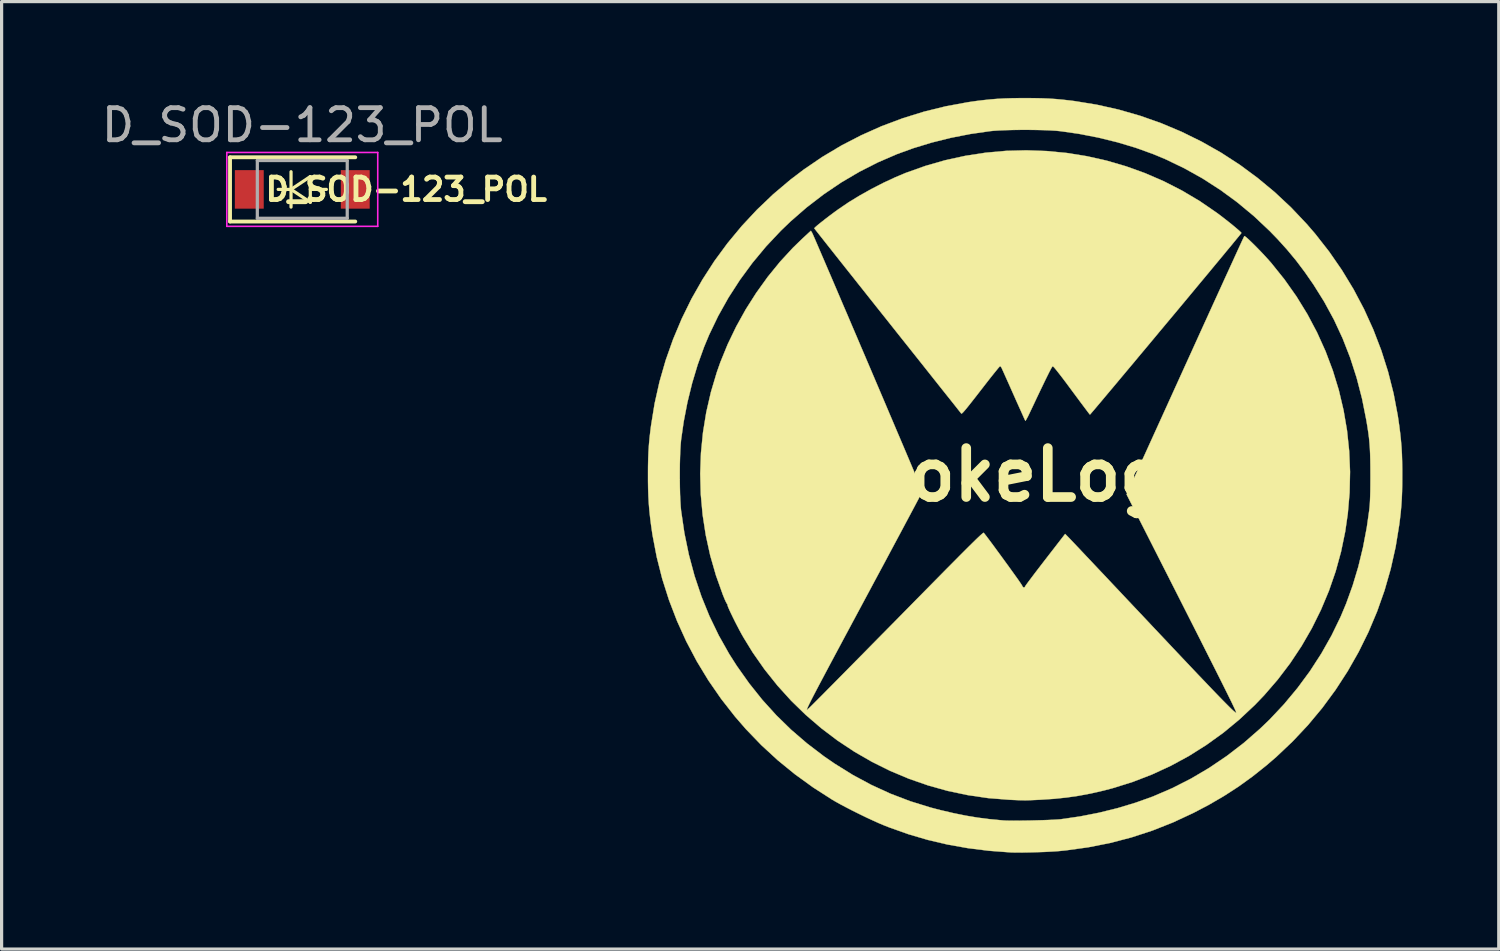
<source format=kicad_pcb>
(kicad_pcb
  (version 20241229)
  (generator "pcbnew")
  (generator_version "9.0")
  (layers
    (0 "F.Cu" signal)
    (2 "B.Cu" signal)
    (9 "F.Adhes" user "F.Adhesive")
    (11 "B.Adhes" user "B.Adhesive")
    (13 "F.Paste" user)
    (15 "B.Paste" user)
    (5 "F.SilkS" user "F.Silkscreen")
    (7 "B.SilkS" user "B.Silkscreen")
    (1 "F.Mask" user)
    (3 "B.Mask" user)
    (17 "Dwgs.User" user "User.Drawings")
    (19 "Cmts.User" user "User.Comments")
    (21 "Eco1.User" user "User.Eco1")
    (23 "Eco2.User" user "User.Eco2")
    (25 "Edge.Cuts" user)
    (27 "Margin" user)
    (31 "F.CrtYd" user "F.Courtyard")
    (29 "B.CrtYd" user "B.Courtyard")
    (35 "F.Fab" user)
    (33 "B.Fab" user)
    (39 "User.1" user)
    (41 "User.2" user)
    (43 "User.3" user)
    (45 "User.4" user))
  (footprint "EvokeLogo"
    (layer "F.Cu")
    (at 28.672 11.738)
    (property "Reference" "EvokeLogo" (at 0 0 0) (layer "F.SilkS") (effects (font (size 1.524 1.524) (thickness 0.3))))
    (attr through_hole)
    (fp_poly (pts (xy 0.868 -10.085) (xy 1.496 -10.025) (xy 2.119 -9.925) (xy 2.734 -9.787) (xy 3.341 -9.61) (xy 3.936 -9.396) (xy 4.518 -9.144) (xy 5.085 -8.854) (xy 5.635 -8.528) (xy 6.166 -8.164) (xy 6.295 -8.068) (xy 6.41 -7.979) (xy 6.525 -7.889) (xy 6.635 -7.801) (xy 6.734 -7.719) (xy 6.819 -7.647) (xy 6.884 -7.589) (xy 6.925 -7.55) (xy 6.936 -7.533) (xy 6.922 -7.514) (xy 6.882 -7.464) (xy 6.819 -7.387) (xy 6.733 -7.283) (xy 6.628 -7.154) (xy 6.503 -7.004) (xy 6.362 -6.833) (xy 6.205 -6.644) (xy 6.035 -6.439) (xy 5.853 -6.22) (xy 5.66 -5.988) (xy 5.459 -5.746) (xy 5.251 -5.496) (xy 5.038 -5.24) (xy 4.821 -4.98) (xy 4.602 -4.718) (xy 4.383 -4.456) (xy 4.166 -4.195) (xy 3.952 -3.939) (xy 3.742 -3.688) (xy 3.54 -3.445) (xy 3.345 -3.213) (xy 3.16 -2.992) (xy 2.987 -2.785) (xy 2.827 -2.595) (xy 2.682 -2.422) (xy 2.554 -2.269) (xy 2.444 -2.139) (xy 2.354 -2.032) (xy 2.285 -1.952) (xy 2.24 -1.899) (xy 2.22 -1.877) (xy 2.219 -1.876) (xy 2.204 -1.895) (xy 2.166 -1.943) (xy 2.109 -2.019) (xy 2.034 -2.119) (xy 1.944 -2.238) (xy 1.843 -2.375) (xy 1.732 -2.524) (xy 1.649 -2.636) (xy 1.493 -2.847) (xy 1.361 -3.022) (xy 1.252 -3.163) (xy 1.168 -3.269) (xy 1.108 -3.341) (xy 1.071 -3.377) (xy 1.061 -3.382) (xy 1.051 -3.374) (xy 1.035 -3.352) (xy 1.011 -3.313) (xy 0.98 -3.254) (xy 0.939 -3.175) (xy 0.888 -3.072) (xy 0.825 -2.944) (xy 0.75 -2.788) (xy 0.66 -2.601) (xy 0.556 -2.383) (xy 0.437 -2.13) (xy 0.336 -1.918) (xy 0.292 -1.826) (xy 0.253 -1.753) (xy 0.224 -1.703) (xy 0.208 -1.685) (xy 0.206 -1.685) (xy 0.196 -1.708) (xy 0.169 -1.765) (xy 0.13 -1.853) (xy 0.079 -1.967) (xy 0.018 -2.102) (xy -0.051 -2.255) (xy -0.125 -2.422) (xy -0.154 -2.487) (xy -0.231 -2.66) (xy -0.303 -2.822) (xy -0.369 -2.969) (xy -0.427 -3.098) (xy -0.473 -3.202) (xy -0.508 -3.278) (xy -0.527 -3.322) (xy -0.53 -3.328) (xy -0.556 -3.369) (xy -0.58 -3.386) (xy -0.597 -3.369) (xy -0.638 -3.323) (xy -0.698 -3.249) (xy -0.777 -3.152) (xy -0.87 -3.035) (xy -0.975 -2.901) (xy -1.09 -2.753) (xy -1.184 -2.632) (xy -1.327 -2.447) (xy -1.447 -2.294) (xy -1.545 -2.17) (xy -1.623 -2.073) (xy -1.684 -2) (xy -1.729 -1.95) (xy -1.76 -1.92) (xy -1.779 -1.908) (xy -1.787 -1.91) (xy -1.803 -1.929) (xy -1.843 -1.98) (xy -1.907 -2.061) (xy -1.993 -2.17) (xy -2.1 -2.305) (xy -2.227 -2.464) (xy -2.372 -2.646) (xy -2.534 -2.85) (xy -2.711 -3.073) (xy -2.902 -3.314) (xy -3.106 -3.571) (xy -3.322 -3.842) (xy -3.547 -4.125) (xy -3.782 -4.42) (xy -4.023 -4.724) (xy -4.085 -4.802) (xy -4.328 -5.107) (xy -4.564 -5.404) (xy -4.791 -5.69) (xy -5.008 -5.963) (xy -5.214 -6.223) (xy -5.408 -6.467) (xy -5.588 -6.694) (xy -5.752 -6.901) (xy -5.9 -7.088) (xy -6.03 -7.252) (xy -6.141 -7.393) (xy -6.231 -7.507) (xy -6.299 -7.593) (xy -6.344 -7.651) (xy -6.364 -7.677) (xy -6.365 -7.679) (xy -6.351 -7.697) (xy -6.308 -7.737) (xy -6.24 -7.795) (xy -6.152 -7.866) (xy -6.049 -7.947) (xy -5.936 -8.034) (xy -5.818 -8.123) (xy -5.699 -8.211) (xy -5.607 -8.277) (xy -5.295 -8.489) (xy -4.951 -8.699) (xy -4.586 -8.903) (xy -4.212 -9.095) (xy -3.839 -9.269) (xy -3.514 -9.405) (xy -2.903 -9.622) (xy -2.284 -9.8) (xy -1.658 -9.936) (xy -1.028 -10.033) (xy -0.396 -10.09) (xy 0.237 -10.107) (xy 0.868 -10.085)) (stroke (width 0.01) (type solid)) (fill yes) (layer "F.SilkS"))
    (fp_poly (pts (xy 0.476 -11.732) (xy 0.72 -11.727) (xy 0.942 -11.718) (xy 1.155 -11.704) (xy 1.368 -11.684) (xy 1.593 -11.659) (xy 1.736 -11.641) (xy 2.43 -11.528) (xy 3.114 -11.375) (xy 3.784 -11.182) (xy 4.439 -10.951) (xy 5.078 -10.682) (xy 5.699 -10.376) (xy 6.301 -10.035) (xy 6.883 -9.658) (xy 7.441 -9.246) (xy 7.976 -8.802) (xy 8.486 -8.324) (xy 8.968 -7.815) (xy 9.233 -7.508) (xy 9.667 -6.954) (xy 10.065 -6.378) (xy 10.428 -5.78) (xy 10.754 -5.163) (xy 11.042 -4.528) (xy 11.292 -3.877) (xy 11.503 -3.212) (xy 11.675 -2.533) (xy 11.806 -1.843) (xy 11.851 -1.531) (xy 11.881 -1.293) (xy 11.904 -1.074) (xy 11.922 -0.863) (xy 11.934 -0.649) (xy 11.941 -0.422) (xy 11.945 -0.17) (xy 11.945 0.011) (xy 11.944 0.284) (xy 11.939 0.525) (xy 11.93 0.746) (xy 11.916 0.958) (xy 11.897 1.171) (xy 11.871 1.395) (xy 11.851 1.552) (xy 11.738 2.246) (xy 11.585 2.929) (xy 11.393 3.598) (xy 11.162 4.252) (xy 10.893 4.891) (xy 10.587 5.512) (xy 10.245 6.113) (xy 9.868 6.694) (xy 9.457 7.253) (xy 9.012 7.788) (xy 8.534 8.297) (xy 8.024 8.78) (xy 7.718 9.044) (xy 7.285 9.389) (xy 6.848 9.705) (xy 6.397 9.997) (xy 5.924 10.273) (xy 5.44 10.527) (xy 4.806 10.822) (xy 4.164 11.076) (xy 3.511 11.289) (xy 2.845 11.463) (xy 2.165 11.597) (xy 1.469 11.693) (xy 1.253 11.715) (xy 1.127 11.724) (xy 0.973 11.733) (xy 0.798 11.742) (xy 0.611 11.748) (xy 0.42 11.754) (xy 0.234 11.758) (xy 0.061 11.76) (xy -0.09 11.76) (xy -0.211 11.758) (xy -0.254 11.756) (xy -0.932 11.705) (xy -1.585 11.623) (xy -2.215 11.511) (xy -2.829 11.367) (xy -3.431 11.19) (xy -4.026 10.979) (xy -4.172 10.922) (xy -4.335 10.854) (xy -4.524 10.769) (xy -4.732 10.673) (xy -4.948 10.568) (xy -5.164 10.461) (xy -5.371 10.354) (xy -5.562 10.253) (xy -5.726 10.161) (xy -5.8 10.118) (xy -6.4 9.733) (xy -6.968 9.322) (xy -7.505 8.884) (xy -8.013 8.416) (xy -8.494 7.917) (xy -8.831 7.529) (xy -9.264 6.976) (xy -9.663 6.399) (xy -10.025 5.802) (xy -10.351 5.185) (xy -10.639 4.55) (xy -10.889 3.899) (xy -11.101 3.233) (xy -11.272 2.555) (xy -11.404 1.865) (xy -11.449 1.552) (xy -11.479 1.314) (xy -11.502 1.095) (xy -11.519 0.884) (xy -11.531 0.67) (xy -11.539 0.443) (xy -11.543 0.192) (xy -11.543 0.011) (xy -11.543 -0.098) (xy -10.553 -0.098) (xy -10.553 0.142) (xy -10.55 0.378) (xy -10.545 0.602) (xy -10.536 0.806) (xy -10.525 0.982) (xy -10.513 1.111) (xy -10.41 1.811) (xy -10.27 2.489) (xy -10.093 3.148) (xy -9.879 3.786) (xy -9.628 4.403) (xy -9.34 4.999) (xy -9.015 5.576) (xy -8.778 5.948) (xy -8.391 6.494) (xy -7.982 7.006) (xy -7.547 7.486) (xy -7.085 7.937) (xy -6.592 8.361) (xy -6.066 8.762) (xy -5.735 8.99) (xy -5.171 9.341) (xy -4.591 9.653) (xy -3.994 9.927) (xy -3.379 10.162) (xy -2.746 10.358) (xy -2.452 10.435) (xy -2.033 10.533) (xy -1.643 10.612) (xy -1.277 10.673) (xy -0.927 10.718) (xy -0.804 10.73) (xy -0.698 10.74) (xy -0.598 10.75) (xy -0.518 10.757) (xy -0.476 10.761) (xy -0.402 10.765) (xy -0.292 10.768) (xy -0.154 10.769) (xy 0.007 10.768) (xy 0.183 10.766) (xy 0.368 10.763) (xy 0.555 10.758) (xy 0.738 10.753) (xy 0.909 10.747) (xy 1.062 10.74) (xy 1.19 10.733) (xy 1.287 10.726) (xy 1.312 10.723) (xy 1.905 10.637) (xy 2.498 10.521) (xy 3.082 10.377) (xy 3.648 10.206) (xy 4.186 10.013) (xy 4.192 10.01) (xy 4.788 9.753) (xy 5.369 9.457) (xy 5.934 9.123) (xy 6.481 8.753) (xy 7.007 8.349) (xy 7.509 7.911) (xy 7.812 7.621) (xy 8.261 7.143) (xy 8.681 6.639) (xy 9.07 6.112) (xy 9.424 5.565) (xy 9.743 5) (xy 10.024 4.422) (xy 10.198 4.007) (xy 10.4 3.447) (xy 10.576 2.861) (xy 10.723 2.255) (xy 10.84 1.639) (xy 10.915 1.111) (xy 10.926 1.01) (xy 10.935 0.905) (xy 10.941 0.79) (xy 10.946 0.659) (xy 10.95 0.507) (xy 10.952 0.327) (xy 10.953 0.113) (xy 10.953 0.011) (xy 10.952 -0.245) (xy 10.949 -0.465) (xy 10.944 -0.659) (xy 10.936 -0.833) (xy 10.924 -0.995) (xy 10.909 -1.154) (xy 10.888 -1.315) (xy 10.862 -1.488) (xy 10.83 -1.68) (xy 10.826 -1.704) (xy 10.692 -2.377) (xy 10.524 -3.025) (xy 10.323 -3.649) (xy 10.088 -4.251) (xy 9.818 -4.833) (xy 9.512 -5.396) (xy 9.181 -5.925) (xy 8.909 -6.317) (xy 8.637 -6.678) (xy 8.353 -7.02) (xy 8.049 -7.355) (xy 7.811 -7.6) (xy 7.327 -8.056) (xy 6.817 -8.48) (xy 6.284 -8.871) (xy 5.731 -9.228) (xy 5.16 -9.547) (xy 4.575 -9.829) (xy 4.192 -9.989) (xy 3.644 -10.187) (xy 3.068 -10.359) (xy 2.473 -10.505) (xy 1.867 -10.622) (xy 1.302 -10.703) (xy 1.157 -10.717) (xy 0.977 -10.728) (xy 0.771 -10.736) (xy 0.546 -10.741) (xy 0.309 -10.744) (xy 0.069 -10.744) (xy -0.166 -10.741) (xy -0.39 -10.735) (xy -0.594 -10.727) (xy -0.771 -10.716) (xy -0.9 -10.703) (xy -1.509 -10.615) (xy -2.115 -10.496) (xy -2.709 -10.348) (xy -3.283 -10.173) (xy -3.79 -9.989) (xy -4.385 -9.732) (xy -4.965 -9.437) (xy -5.53 -9.104) (xy -6.076 -8.734) (xy -6.601 -8.331) (xy -7.102 -7.895) (xy -7.409 -7.6) (xy -7.866 -7.114) (xy -8.291 -6.603) (xy -8.682 -6.07) (xy -9.039 -5.517) (xy -9.359 -4.945) (xy -9.641 -4.359) (xy -9.798 -3.981) (xy -9.996 -3.432) (xy -10.169 -2.856) (xy -10.315 -2.261) (xy -10.432 -1.655) (xy -10.513 -1.09) (xy -10.526 -0.945) (xy -10.537 -0.766) (xy -10.545 -0.559) (xy -10.551 -0.334) (xy -10.553 -0.098) (xy -11.543 -0.098) (xy -11.542 -0.262) (xy -11.537 -0.504) (xy -11.528 -0.725) (xy -11.514 -0.937) (xy -11.495 -1.149) (xy -11.469 -1.374) (xy -11.449 -1.531) (xy -11.337 -2.224) (xy -11.184 -2.905) (xy -10.992 -3.572) (xy -10.761 -4.225) (xy -10.493 -4.862) (xy -10.189 -5.482) (xy -9.848 -6.081) (xy -9.474 -6.661) (xy -9.065 -7.217) (xy -8.623 -7.75) (xy -8.149 -8.258) (xy -7.645 -8.739) (xy -7.11 -9.191) (xy -6.697 -9.505) (xy -6.121 -9.898) (xy -5.523 -10.255) (xy -4.904 -10.575) (xy -4.268 -10.859) (xy -3.615 -11.104) (xy -2.948 -11.311) (xy -2.269 -11.478) (xy -1.58 -11.605) (xy -1.333 -11.641) (xy -1.097 -11.67) (xy -0.878 -11.693) (xy -0.667 -11.71) (xy -0.451 -11.722) (xy -0.221 -11.729) (xy 0.034 -11.733) (xy 0.201 -11.733) (xy 0.476 -11.732)) (stroke (width 0.01) (type solid)) (fill yes) (layer "F.SilkS"))
    (fp_poly (pts (xy -6.434 -7.542) (xy -6.422 -7.517) (xy -6.394 -7.455) (xy -6.352 -7.359) (xy -6.297 -7.231) (xy -6.229 -7.073) (xy -6.149 -6.887) (xy -6.058 -6.676) (xy -5.958 -6.442) (xy -5.848 -6.187) (xy -5.731 -5.913) (xy -5.607 -5.623) (xy -5.477 -5.318) (xy -5.341 -5.002) (xy -5.202 -4.675) (xy -5.059 -4.341) (xy -4.915 -4.002) (xy -4.768 -3.659) (xy -4.622 -3.316) (xy -4.476 -2.973) (xy -4.332 -2.635) (xy -4.19 -2.302) (xy -4.052 -1.976) (xy -3.918 -1.661) (xy -3.79 -1.359) (xy -3.667 -1.071) (xy -3.552 -0.8) (xy -3.445 -0.548) (xy -3.348 -0.317) (xy -3.26 -0.109) (xy -3.184 0.072) (xy -3.119 0.226) (xy -3.067 0.349) (xy -3.029 0.441) (xy -3.006 0.497) (xy -2.999 0.517) (xy -3.009 0.538) (xy -3.038 0.594) (xy -3.085 0.684) (xy -3.149 0.805) (xy -3.229 0.956) (xy -3.324 1.135) (xy -3.433 1.339) (xy -3.555 1.568) (xy -3.689 1.819) (xy -3.834 2.09) (xy -3.989 2.38) (xy -4.152 2.686) (xy -4.324 3.006) (xy -4.503 3.339) (xy -4.687 3.683) (xy -4.772 3.841) (xy -5 4.266) (xy -5.209 4.656) (xy -5.4 5.012) (xy -5.573 5.335) (xy -5.729 5.627) (xy -5.869 5.889) (xy -5.994 6.124) (xy -6.104 6.332) (xy -6.201 6.514) (xy -6.285 6.674) (xy -6.357 6.812) (xy -6.418 6.929) (xy -6.468 7.027) (xy -6.508 7.108) (xy -6.54 7.174) (xy -6.564 7.225) (xy -6.58 7.263) (xy -6.59 7.291) (xy -6.595 7.308) (xy -6.595 7.318) (xy -6.594 7.32) (xy -6.589 7.318) (xy -6.577 7.308) (xy -6.557 7.289) (xy -6.527 7.261) (xy -6.487 7.222) (xy -6.436 7.172) (xy -6.372 7.108) (xy -6.294 7.03) (xy -6.202 6.938) (xy -6.094 6.83) (xy -5.97 6.704) (xy -5.828 6.561) (xy -5.667 6.398) (xy -5.486 6.215) (xy -5.285 6.011) (xy -5.061 5.784) (xy -4.815 5.535) (xy -4.545 5.26) (xy -4.25 4.961) (xy -3.928 4.635) (xy -3.58 4.281) (xy -3.204 3.899) (xy -2.996 3.688) (xy -2.711 3.399) (xy -2.455 3.139) (xy -2.225 2.906) (xy -2.021 2.701) (xy -1.842 2.52) (xy -1.685 2.363) (xy -1.55 2.228) (xy -1.435 2.115) (xy -1.339 2.021) (xy -1.261 1.946) (xy -1.199 1.888) (xy -1.152 1.847) (xy -1.119 1.819) (xy -1.099 1.805) (xy -1.089 1.804) (xy -1.088 1.804) (xy -1.061 1.837) (xy -1.013 1.899) (xy -0.947 1.986) (xy -0.866 2.094) (xy -0.774 2.218) (xy -0.674 2.355) (xy -0.568 2.499) (xy -0.461 2.646) (xy -0.354 2.793) (xy -0.252 2.934) (xy -0.158 3.065) (xy -0.074 3.182) (xy -0.004 3.281) (xy 0.049 3.358) (xy 0.082 3.407) (xy 0.091 3.421) (xy 0.128 3.486) (xy 0.16 3.51) (xy 0.189 3.495) (xy 0.207 3.463) (xy 0.224 3.436) (xy 0.265 3.38) (xy 0.326 3.297) (xy 0.406 3.191) (xy 0.5 3.066) (xy 0.607 2.926) (xy 0.725 2.773) (xy 0.838 2.626) (xy 1.447 1.839) (xy 1.568 1.962) (xy 1.595 1.99) (xy 1.65 2.048) (xy 1.731 2.133) (xy 1.836 2.244) (xy 1.963 2.379) (xy 2.112 2.537) (xy 2.281 2.715) (xy 2.467 2.913) (xy 2.67 3.127) (xy 2.887 3.358) (xy 3.118 3.603) (xy 3.36 3.86) (xy 3.613 4.128) (xy 3.874 4.404) (xy 4.142 4.689) (xy 4.181 4.731) (xy 4.512 5.081) (xy 4.814 5.402) (xy 5.091 5.695) (xy 5.341 5.959) (xy 5.567 6.198) (xy 5.77 6.41) (xy 5.95 6.599) (xy 6.109 6.765) (xy 6.248 6.909) (xy 6.368 7.032) (xy 6.47 7.135) (xy 6.555 7.22) (xy 6.624 7.288) (xy 6.679 7.339) (xy 6.72 7.375) (xy 6.749 7.397) (xy 6.766 7.406) (xy 6.773 7.403) (xy 6.773 7.401) (xy 6.77 7.386) (xy 6.759 7.357) (xy 6.74 7.313) (xy 6.712 7.253) (xy 6.675 7.174) (xy 6.628 7.075) (xy 6.569 6.956) (xy 6.499 6.814) (xy 6.417 6.649) (xy 6.322 6.458) (xy 6.213 6.241) (xy 6.09 5.996) (xy 5.951 5.721) (xy 5.797 5.416) (xy 5.627 5.078) (xy 5.439 4.707) (xy 5.233 4.301) (xy 5.029 3.898) (xy 3.361 0.61) (xy 5.185 -3.404) (xy 5.363 -3.795) (xy 5.536 -4.176) (xy 5.703 -4.544) (xy 5.865 -4.899) (xy 6.019 -5.238) (xy 6.166 -5.56) (xy 6.304 -5.862) (xy 6.432 -6.144) (xy 6.551 -6.403) (xy 6.658 -6.637) (xy 6.753 -6.845) (xy 6.835 -7.024) (xy 6.904 -7.174) (xy 6.958 -7.292) (xy 6.998 -7.376) (xy 7.021 -7.425) (xy 7.027 -7.437) (xy 7.047 -7.429) (xy 7.092 -7.394) (xy 7.157 -7.336) (xy 7.238 -7.259) (xy 7.331 -7.168) (xy 7.432 -7.066) (xy 7.537 -6.958) (xy 7.642 -6.847) (xy 7.741 -6.739) (xy 7.832 -6.637) (xy 7.861 -6.604) (xy 8.274 -6.09) (xy 8.651 -5.556) (xy 8.991 -5.003) (xy 9.293 -4.433) (xy 9.557 -3.848) (xy 9.783 -3.248) (xy 9.97 -2.637) (xy 10.117 -2.014) (xy 10.225 -1.382) (xy 10.292 -0.743) (xy 10.319 -0.097) (xy 10.305 0.554) (xy 10.249 1.207) (xy 10.168 1.767) (xy 10.039 2.392) (xy 9.87 3.007) (xy 9.661 3.611) (xy 9.414 4.2) (xy 9.13 4.774) (xy 8.81 5.329) (xy 8.455 5.864) (xy 8.065 6.377) (xy 7.643 6.865) (xy 7.355 7.165) (xy 6.876 7.614) (xy 6.374 8.029) (xy 5.848 8.408) (xy 5.301 8.753) (xy 4.735 9.06) (xy 4.15 9.33) (xy 3.549 9.562) (xy 2.931 9.755) (xy 2.646 9.83) (xy 2.249 9.921) (xy 1.87 9.992) (xy 1.492 10.047) (xy 1.103 10.088) (xy 0.688 10.115) (xy 0.654 10.117) (xy 0.505 10.124) (xy 0.387 10.129) (xy 0.289 10.133) (xy 0.202 10.134) (xy 0.115 10.133) (xy 0.02 10.131) (xy -0.094 10.126) (xy -0.236 10.12) (xy -0.307 10.116) (xy -0.95 10.065) (xy -1.585 9.972) (xy -2.209 9.841) (xy -2.821 9.67) (xy -3.419 9.462) (xy -4.002 9.217) (xy -4.568 8.936) (xy -5.115 8.621) (xy -5.642 8.272) (xy -6.146 7.89) (xy -6.628 7.477) (xy -7.084 7.033) (xy -7.512 6.56) (xy -7.913 6.058) (xy -8.283 5.529) (xy -8.575 5.053) (xy -8.637 4.943) (xy -8.703 4.821) (xy -8.771 4.69) (xy -8.839 4.558) (xy -8.902 4.43) (xy -8.959 4.312) (xy -9.008 4.208) (xy -9.044 4.125) (xy -9.065 4.068) (xy -9.07 4.043) (xy -9.071 4.023) (xy -9.078 4.022) (xy -9.092 4.003) (xy -9.119 3.952) (xy -9.154 3.875) (xy -9.193 3.78) (xy -9.209 3.741) (xy -9.427 3.13) (xy -9.606 2.508) (xy -9.744 1.877) (xy -9.842 1.241) (xy -9.9 0.601) (xy -9.917 -0.04) (xy -9.894 -0.681) (xy -9.831 -1.319) (xy -9.728 -1.953) (xy -9.584 -2.579) (xy -9.4 -3.196) (xy -9.29 -3.508) (xy -9.061 -4.069) (xy -8.796 -4.619) (xy -8.498 -5.156) (xy -8.169 -5.673) (xy -7.813 -6.168) (xy -7.432 -6.636) (xy -7.03 -7.072) (xy -6.733 -7.36) (xy -6.471 -7.602) (xy -6.434 -7.542)) (stroke (width 0.01) (type solid)) (fill yes) (layer "F.SilkS")))
  (footprint "D_SOD-123_POL"
    (layer "F.Cu")
    (at 6.363 2.848)
    (property "Reference" "D_SOD-123_POL" (at 3.239 0 180) (layer "F.SilkS") (effects (font (size 0.7 0.7) (thickness 0.15))))
    (attr smd)
    (fp_line (start -2.25 -1) (end -2.25 1) (stroke (width 0.12) (type solid)) (layer "F.SilkS"))
    (fp_line (start -2.25 -1) (end 1.65 -1) (stroke (width 0.12) (type solid)) (layer "F.SilkS"))
    (fp_line (start -2.25 1) (end 1.65 1) (stroke (width 0.12) (type solid)) (layer "F.SilkS"))
    (fp_line (start -0.75 0) (end -0.35 0) (stroke (width 0.1) (type solid)) (layer "F.SilkS"))
    (fp_line (start -0.35 0) (end -0.35 -0.55) (stroke (width 0.1) (type solid)) (layer "F.SilkS"))
    (fp_line (start -0.35 0) (end -0.35 0.55) (stroke (width 0.1) (type solid)) (layer "F.SilkS"))
    (fp_line (start -0.35 0) (end 0.25 -0.4) (stroke (width 0.1) (type solid)) (layer "F.SilkS"))
    (fp_line (start 0.25 -0.4) (end 0.25 0.4) (stroke (width 0.1) (type solid)) (layer "F.SilkS"))
    (fp_line (start 0.25 0) (end 0.75 0) (stroke (width 0.1) (type solid)) (layer "F.SilkS"))
    (fp_line (start 0.25 0.4) (end -0.35 0) (stroke (width 0.1) (type solid)) (layer "F.SilkS"))
    (fp_line (start -2.35 -1.15) (end -2.35 1.15) (stroke (width 0.05) (type solid)) (layer "F.CrtYd"))
    (fp_line (start -2.35 -1.15) (end 2.35 -1.15) (stroke (width 0.05) (type solid)) (layer "F.CrtYd"))
    (fp_line (start 2.35 -1.15) (end 2.35 1.15) (stroke (width 0.05) (type solid)) (layer "F.CrtYd"))
    (fp_line (start 2.35 1.15) (end -2.35 1.15) (stroke (width 0.05) (type solid)) (layer "F.CrtYd"))
    (fp_line (start -1.4 -0.9) (end 1.4 -0.9) (stroke (width 0.1) (type solid)) (layer "F.Fab"))
    (fp_line (start -1.4 0.9) (end -1.4 -0.9) (stroke (width 0.1) (type solid)) (layer "F.Fab"))
    (fp_line (start 1.4 -0.9) (end 1.4 0.9) (stroke (width 0.1) (type solid)) (layer "F.Fab"))
    (fp_line (start 1.4 0.9) (end -1.4 0.9) (stroke (width 0.1) (type solid)) (layer "F.Fab"))
    (fp_text user "${REFERENCE}" (at 0 -2 180) (layer "F.Fab") (effects (font (size 1 1) (thickness 0.15))))
    (pad "1" smd rect (at -1.65 0) (size 0.9 1.2) (layers "F.Cu" "F.Mask" "F.Paste"))
    (pad "2" smd rect (at 1.65 0) (size 0.9 1.2) (layers "F.Cu" "F.Mask" "F.Paste")))
  (gr_rect
    (start -3 -3)
    (end 43.622 26.504)
    (stroke (width 0.1) (type default))
    (fill no)
    (layer "Edge.Cuts")))
</source>
